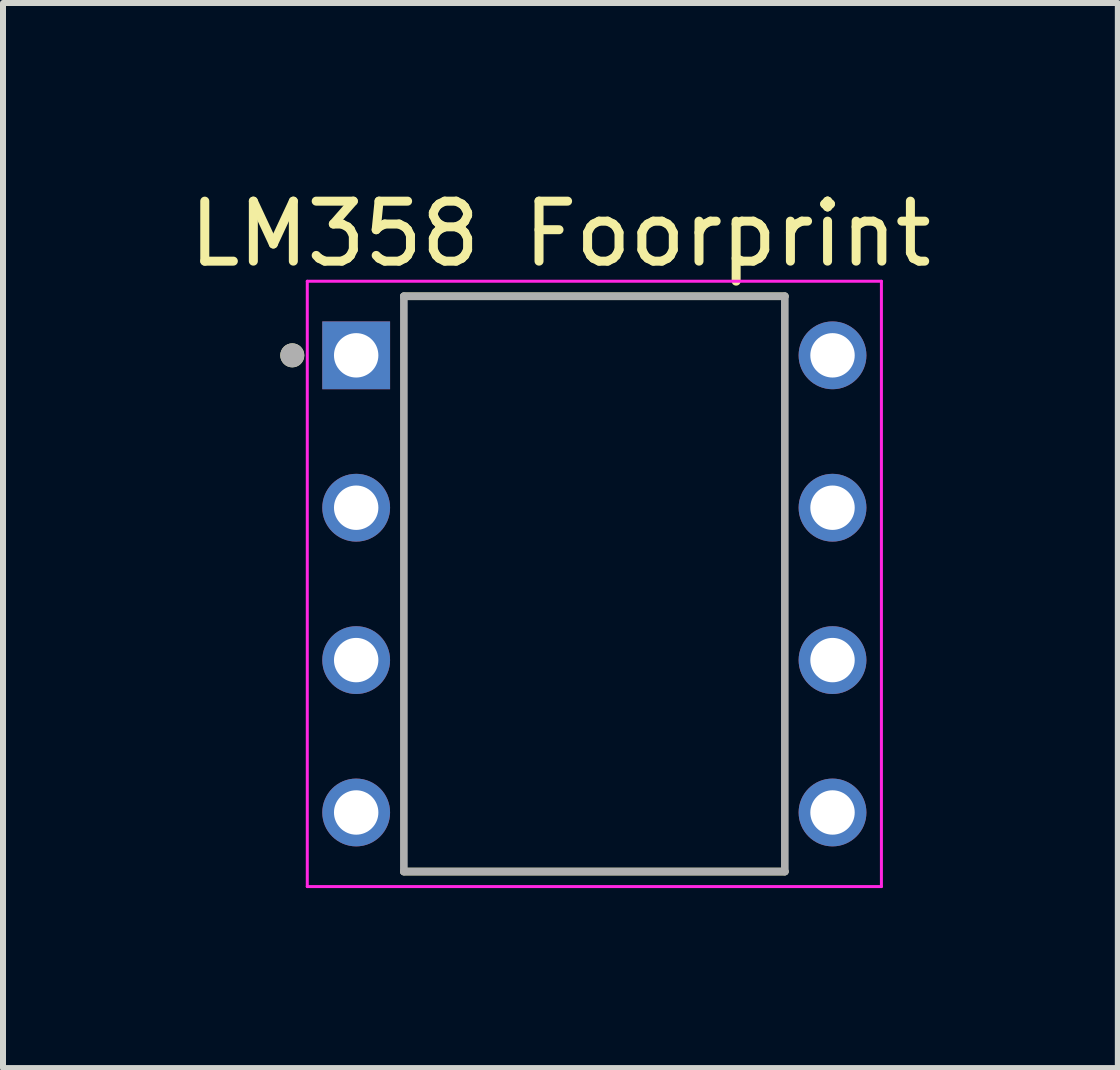
<source format=kicad_pcb>
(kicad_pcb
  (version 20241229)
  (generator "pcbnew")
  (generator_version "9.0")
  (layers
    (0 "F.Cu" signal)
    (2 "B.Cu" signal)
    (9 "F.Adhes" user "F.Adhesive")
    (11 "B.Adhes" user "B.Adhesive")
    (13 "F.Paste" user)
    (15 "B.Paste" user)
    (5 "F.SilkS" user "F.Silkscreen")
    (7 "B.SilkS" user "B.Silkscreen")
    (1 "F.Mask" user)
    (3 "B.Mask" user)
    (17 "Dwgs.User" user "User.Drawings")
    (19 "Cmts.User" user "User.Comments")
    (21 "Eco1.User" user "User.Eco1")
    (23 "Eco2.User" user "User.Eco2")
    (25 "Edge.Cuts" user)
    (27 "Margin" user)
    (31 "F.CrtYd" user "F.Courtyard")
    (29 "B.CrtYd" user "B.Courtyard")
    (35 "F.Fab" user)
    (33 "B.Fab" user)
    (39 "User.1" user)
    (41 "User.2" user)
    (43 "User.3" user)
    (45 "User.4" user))
  (footprint "LM358 Foorprint"
    (layer "F.Cu")
    (at 6.857 6.683)
    (property "Reference" "LM358 Foorprint" (at -0.565 -5.835 0) (layer "F.SilkS") (effects (font (size 1 1) (thickness 0.15))))
    (attr through_hole)
    (fp_line (start -3.175 -4.795) (end 3.175 -4.795) (stroke (width 0.127) (type solid)) (layer "F.SilkS"))
    (fp_line (start -3.175 4.795) (end 3.175 4.795) (stroke (width 0.127) (type solid)) (layer "F.SilkS"))
    (fp_circle (center -5.035 -3.81) (end -4.935 -3.81) (stroke (width 0.2) (type solid)) (fill no) (layer "F.SilkS"))
    (fp_line (start -4.785 -5.045) (end -4.785 5.045) (stroke (width 0.05) (type solid)) (layer "F.CrtYd"))
    (fp_line (start 4.785 -5.045) (end -4.785 -5.045) (stroke (width 0.05) (type solid)) (layer "F.CrtYd"))
    (fp_line (start 4.785 -5.045) (end 4.785 5.045) (stroke (width 0.05) (type solid)) (layer "F.CrtYd"))
    (fp_line (start 4.785 5.045) (end -4.785 5.045) (stroke (width 0.05) (type solid)) (layer "F.CrtYd"))
    (fp_line (start -3.175 -4.795) (end -3.175 4.795) (stroke (width 0.127) (type solid)) (layer "F.Fab"))
    (fp_line (start -3.175 -4.795) (end 3.175 -4.795) (stroke (width 0.127) (type solid)) (layer "F.Fab"))
    (fp_line (start -3.175 4.795) (end 3.175 4.795) (stroke (width 0.127) (type solid)) (layer "F.Fab"))
    (fp_line (start 3.175 -4.795) (end 3.175 4.795) (stroke (width 0.127) (type solid)) (layer "F.Fab"))
    (fp_circle (center -5.035 -3.81) (end -4.935 -3.81) (stroke (width 0.2) (type solid)) (fill no) (layer "F.Fab"))
    (pad "1" thru_hole rect (at -3.97 -3.81) (size 1.13 1.13) (drill 0.74) (layers "*.Cu" "*.Mask"))
    (pad "2" thru_hole circle (at -3.97 -1.27) (size 1.13 1.13) (drill 0.74) (layers "*.Cu" "*.Mask"))
    (pad "3" thru_hole circle (at -3.97 1.27) (size 1.13 1.13) (drill 0.74) (layers "*.Cu" "*.Mask"))
    (pad "4" thru_hole circle (at -3.97 3.81) (size 1.13 1.13) (drill 0.74) (layers "*.Cu" "*.Mask"))
    (pad "5" thru_hole circle (at 3.97 3.81) (size 1.13 1.13) (drill 0.74) (layers "*.Cu" "*.Mask"))
    (pad "6" thru_hole circle (at 3.97 1.27) (size 1.13 1.13) (drill 0.74) (layers "*.Cu" "*.Mask"))
    (pad "7" thru_hole circle (at 3.97 -1.27) (size 1.13 1.13) (drill 0.74) (layers "*.Cu" "*.Mask"))
    (pad "8" thru_hole circle (at 3.97 -3.81) (size 1.13 1.13) (drill 0.74) (layers "*.Cu" "*.Mask")))
  (gr_rect
    (start -3 -3)
    (end 15.583 14.753)
    (stroke (width 0.1) (type default))
    (fill no)
    (layer "Edge.Cuts")))
</source>
